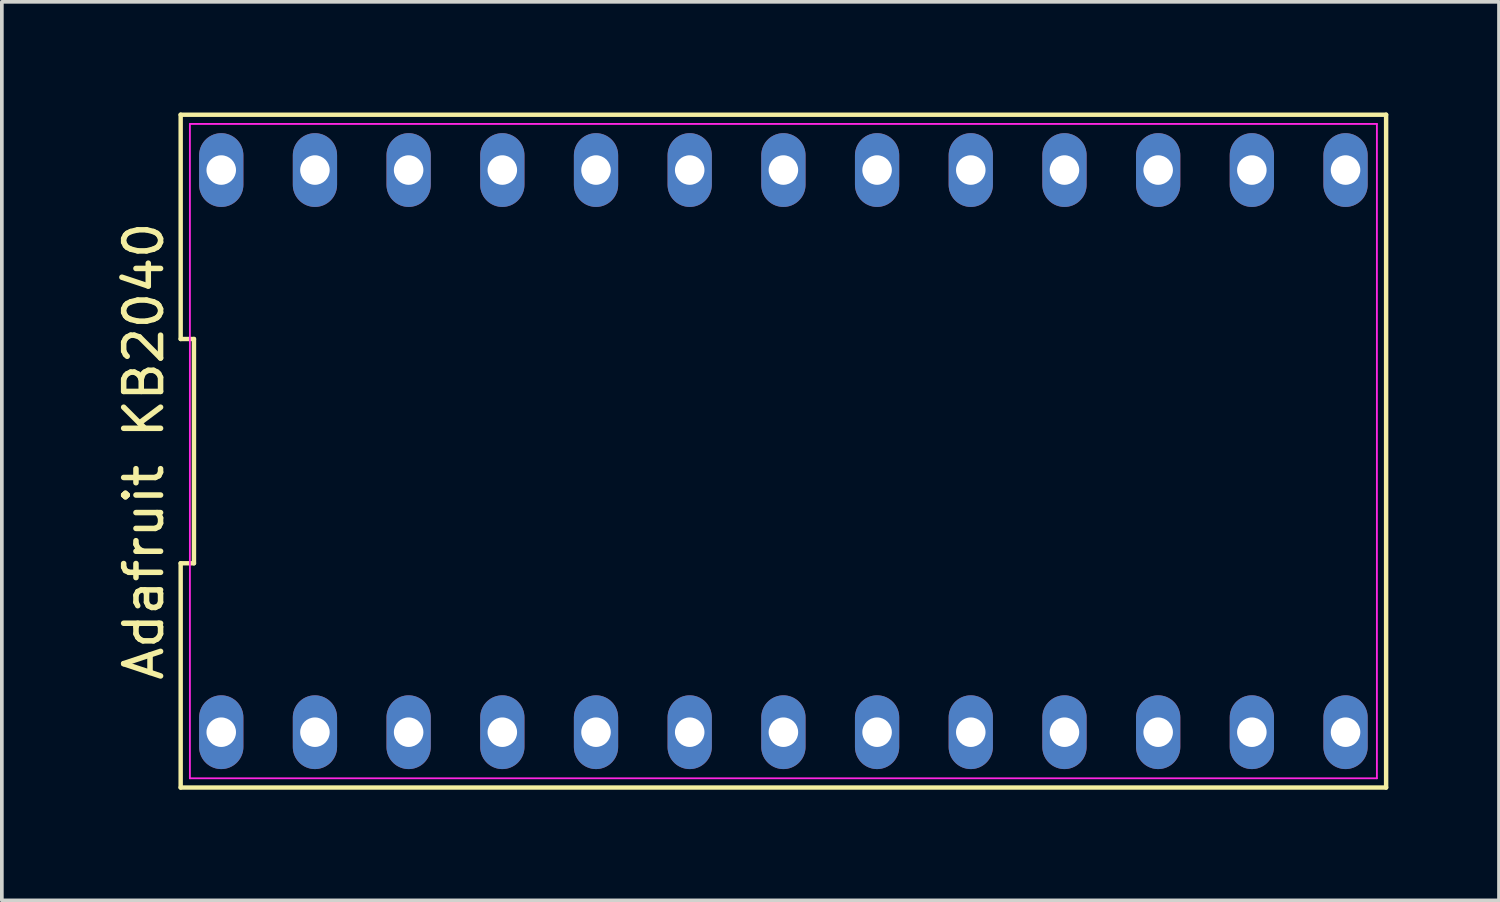
<source format=kicad_pcb>
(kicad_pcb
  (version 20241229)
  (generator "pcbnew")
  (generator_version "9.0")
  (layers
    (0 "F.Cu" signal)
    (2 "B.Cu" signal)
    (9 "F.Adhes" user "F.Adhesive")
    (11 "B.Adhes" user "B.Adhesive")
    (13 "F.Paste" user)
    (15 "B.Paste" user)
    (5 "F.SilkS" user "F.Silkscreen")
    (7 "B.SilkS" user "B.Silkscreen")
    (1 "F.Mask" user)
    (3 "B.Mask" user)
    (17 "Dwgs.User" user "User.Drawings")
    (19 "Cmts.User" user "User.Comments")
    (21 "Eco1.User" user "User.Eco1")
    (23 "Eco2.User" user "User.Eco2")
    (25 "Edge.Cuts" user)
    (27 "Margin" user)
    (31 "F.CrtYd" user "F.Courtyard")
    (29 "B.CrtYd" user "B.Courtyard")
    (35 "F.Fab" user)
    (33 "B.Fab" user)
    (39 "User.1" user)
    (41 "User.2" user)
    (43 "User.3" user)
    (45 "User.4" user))
  (footprint "Adafruit KB2040"
    (layer "F.Cu")
    (at 18.188 9.18)
    (property "Reference" "Adafruit KB2040" (at -17.34 0 90) (layer "F.SilkS") (effects (font (size 1 1) (thickness 0.15))))
    (attr through_hole)
    (fp_line (start -16.34 -9.12) (end -16.34 -3.04) (stroke (width 0.12) (type default)) (layer "F.SilkS"))
    (fp_line (start -16.34 -3.04) (end -15.98 -3.04) (stroke (width 0.12) (type default)) (layer "F.SilkS"))
    (fp_line (start -16.34 3.04) (end -16.34 9.12) (stroke (width 0.12) (type default)) (layer "F.SilkS"))
    (fp_line (start -16.34 9.12) (end 16.34 9.12) (stroke (width 0.12) (type default)) (layer "F.SilkS"))
    (fp_line (start -15.98 -3.04) (end -15.98 3.04) (stroke (width 0.12) (type default)) (layer "F.SilkS"))
    (fp_line (start -15.98 3.04) (end -16.34 3.04) (stroke (width 0.12) (type default)) (layer "F.SilkS"))
    (fp_line (start 16.34 -9.12) (end -16.34 -9.12) (stroke (width 0.12) (type default)) (layer "F.SilkS"))
    (fp_line (start 16.34 9.12) (end 16.34 -9.12) (stroke (width 0.12) (type default)) (layer "F.SilkS"))
    (fp_line (start -16.09 -8.87) (end 16.09 -8.87) (stroke (width 0.05) (type default)) (layer "F.CrtYd"))
    (fp_line (start -16.09 8.87) (end -16.09 -8.87) (stroke (width 0.05) (type default)) (layer "F.CrtYd"))
    (fp_line (start 16.09 -8.87) (end 16.09 8.87) (stroke (width 0.05) (type default)) (layer "F.CrtYd"))
    (fp_line (start 16.09 8.87) (end -16.09 8.87) (stroke (width 0.05) (type default)) (layer "F.CrtYd"))
    (pad "1" thru_hole oval (at -15.24 7.62) (size 1.2 2) (drill 0.8) (layers "*.Cu" "*.Mask"))
    (pad "2" thru_hole oval (at -12.7 7.62) (size 1.2 2) (drill 0.8) (layers "*.Cu" "*.Mask"))
    (pad "3" thru_hole oval (at -10.16 7.62) (size 1.2 2) (drill 0.8) (layers "*.Cu" "*.Mask"))
    (pad "4" thru_hole oval (at -7.62 7.62) (size 1.2 2) (drill 0.8) (layers "*.Cu" "*.Mask"))
    (pad "5" thru_hole oval (at -5.08 7.62) (size 1.2 2) (drill 0.8) (layers "*.Cu" "*.Mask"))
    (pad "6" thru_hole oval (at -2.54 7.62) (size 1.2 2) (drill 0.8) (layers "*.Cu" "*.Mask"))
    (pad "7" thru_hole oval (at 0 7.62) (size 1.2 2) (drill 0.8) (layers "*.Cu" "*.Mask"))
    (pad "8" thru_hole oval (at 2.54 7.62) (size 1.2 2) (drill 0.8) (layers "*.Cu" "*.Mask"))
    (pad "9" thru_hole oval (at 5.08 7.62) (size 1.2 2) (drill 0.8) (layers "*.Cu" "*.Mask"))
    (pad "10" thru_hole oval (at 7.62 7.62) (size 1.2 2) (drill 0.8) (layers "*.Cu" "*.Mask"))
    (pad "11" thru_hole oval (at 10.16 7.62) (size 1.2 2) (drill 0.8) (layers "*.Cu" "*.Mask"))
    (pad "12" thru_hole oval (at 12.7 7.62) (size 1.2 2) (drill 0.8) (layers "*.Cu" "*.Mask"))
    (pad "13" thru_hole oval (at 15.24 7.62) (size 1.2 2) (drill 0.8) (layers "*.Cu" "*.Mask"))
    (pad "14" thru_hole oval (at 15.24 -7.62) (size 1.2 2) (drill 0.8) (layers "*.Cu" "*.Mask"))
    (pad "15" thru_hole oval (at 12.7 -7.62) (size 1.2 2) (drill 0.8) (layers "*.Cu" "*.Mask"))
    (pad "16" thru_hole oval (at 10.16 -7.62) (size 1.2 2) (drill 0.8) (layers "*.Cu" "*.Mask"))
    (pad "17" thru_hole oval (at 7.62 -7.62) (size 1.2 2) (drill 0.8) (layers "*.Cu" "*.Mask"))
    (pad "18" thru_hole oval (at 5.08 -7.62) (size 1.2 2) (drill 0.8) (layers "*.Cu" "*.Mask"))
    (pad "19" thru_hole oval (at 2.54 -7.62) (size 1.2 2) (drill 0.8) (layers "*.Cu" "*.Mask"))
    (pad "20" thru_hole oval (at 0 -7.62) (size 1.2 2) (drill 0.8) (layers "*.Cu" "*.Mask"))
    (pad "21" thru_hole oval (at -2.54 -7.62) (size 1.2 2) (drill 0.8) (layers "*.Cu" "*.Mask"))
    (pad "22" thru_hole oval (at -5.08 -7.62) (size 1.2 2) (drill 0.8) (layers "*.Cu" "*.Mask"))
    (pad "23" thru_hole oval (at -7.62 -7.62) (size 1.2 2) (drill 0.8) (layers "*.Cu" "*.Mask"))
    (pad "24" thru_hole oval (at -10.16 -7.62) (size 1.2 2) (drill 0.8) (layers "*.Cu" "*.Mask"))
    (pad "25" thru_hole oval (at -12.7 -7.62) (size 1.2 2) (drill 0.8) (layers "*.Cu" "*.Mask"))
    (pad "26" thru_hole oval (at -15.24 -7.62) (size 1.2 2) (drill 0.8) (layers "*.Cu" "*.Mask")))
  (gr_rect
    (start -3 -3)
    (end 37.588 21.36)
    (stroke (width 0.1) (type default))
    (fill no)
    (layer "Edge.Cuts")))
</source>
